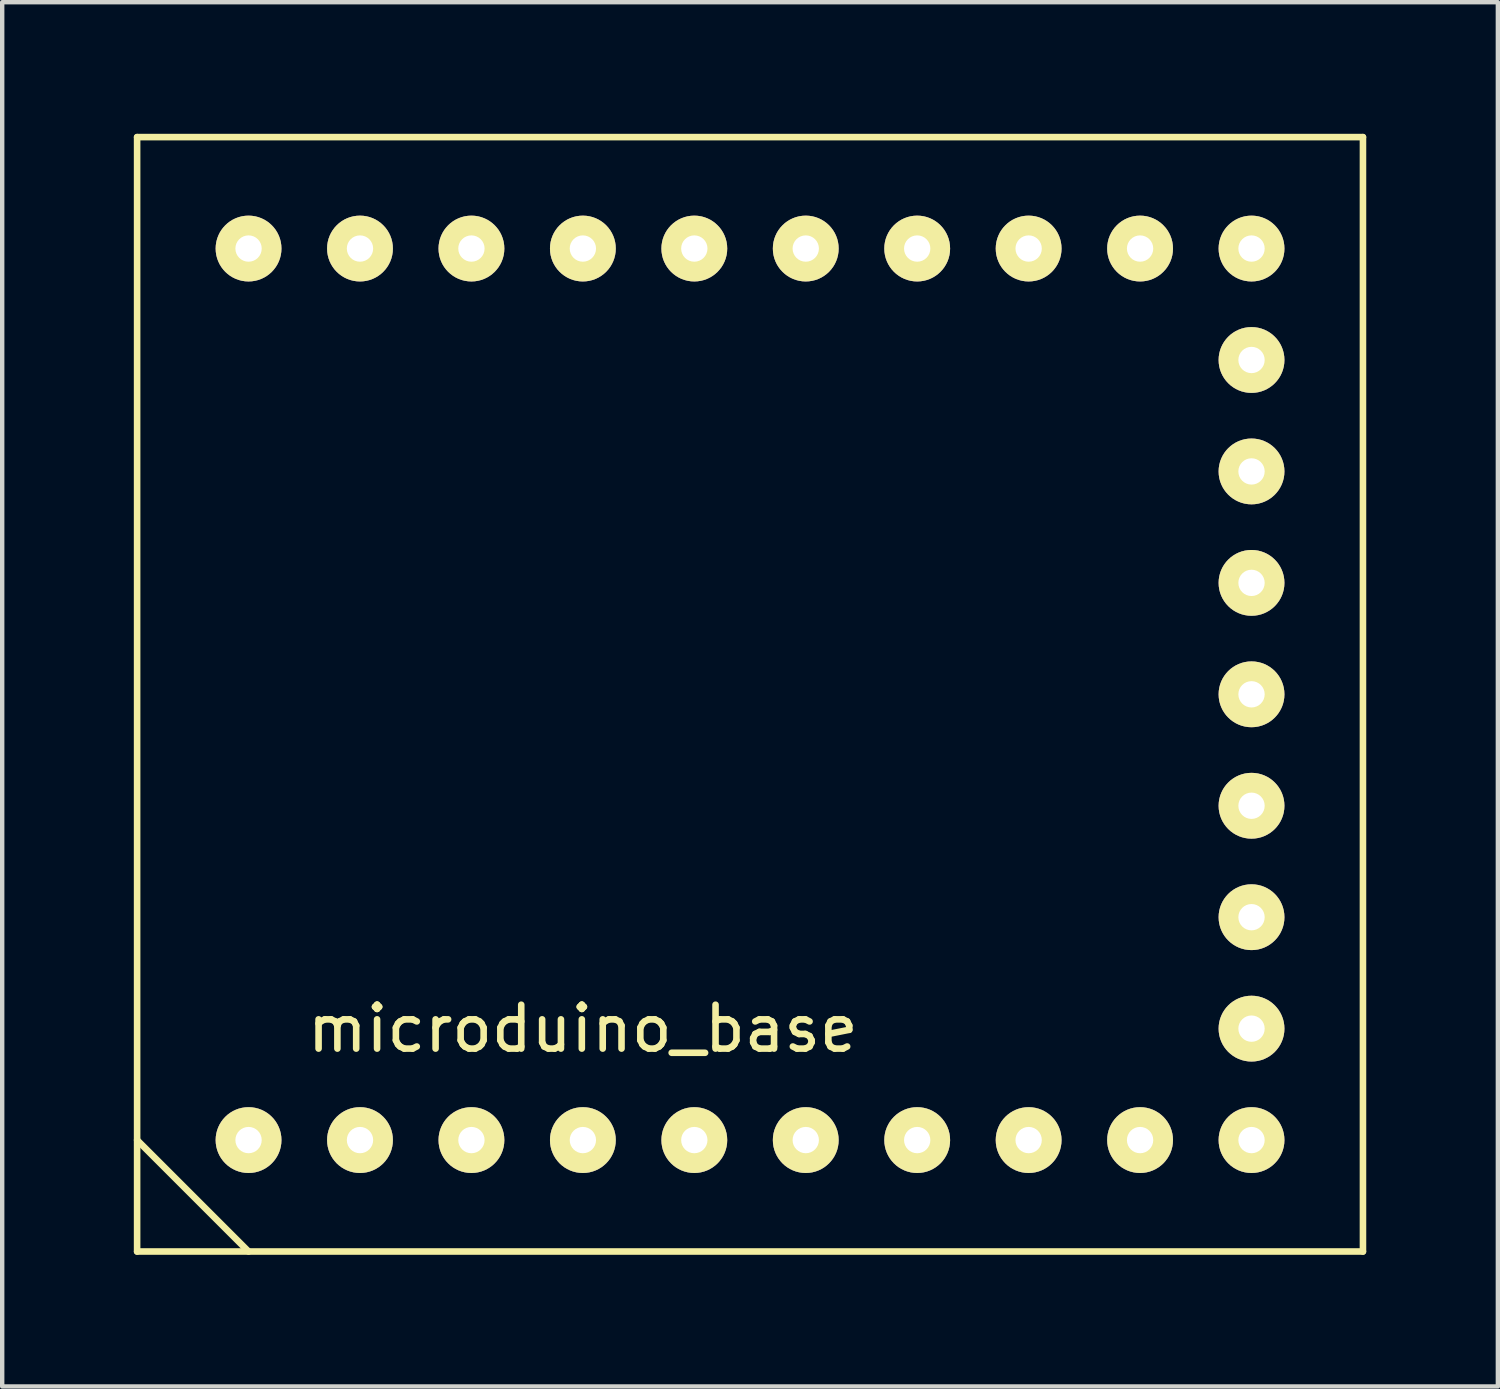
<source format=kicad_pcb>
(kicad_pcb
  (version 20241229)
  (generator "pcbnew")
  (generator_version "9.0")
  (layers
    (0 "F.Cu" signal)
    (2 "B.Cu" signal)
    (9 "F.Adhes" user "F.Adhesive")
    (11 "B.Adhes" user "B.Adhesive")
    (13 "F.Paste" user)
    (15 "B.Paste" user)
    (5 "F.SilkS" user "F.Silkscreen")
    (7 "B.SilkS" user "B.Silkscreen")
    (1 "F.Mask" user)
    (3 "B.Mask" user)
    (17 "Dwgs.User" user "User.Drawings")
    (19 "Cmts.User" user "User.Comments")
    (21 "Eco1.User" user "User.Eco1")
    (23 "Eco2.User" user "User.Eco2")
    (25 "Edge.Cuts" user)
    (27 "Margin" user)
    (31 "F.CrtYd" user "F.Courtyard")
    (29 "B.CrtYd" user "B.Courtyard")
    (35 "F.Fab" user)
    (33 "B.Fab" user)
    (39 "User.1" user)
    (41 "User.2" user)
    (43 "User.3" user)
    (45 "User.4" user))
  (footprint "microduino_base"
    (layer "F.Cu")
    (at 25.475 12.775)
    (property "Reference" "microduino_base" (at -15.24 7.62 0) (layer "F.SilkS") (effects (font (size 1 1) (thickness 0.15))))
    (attr through_hole)
    (fp_line (start -25.4 -12.7) (end -25.4 12.7) (stroke (width 0.15) (type solid)) (layer "F.SilkS"))
    (fp_line (start -25.4 12.7) (end 2.54 12.7) (stroke (width 0.15) (type solid)) (layer "F.SilkS"))
    (fp_line (start -22.86 12.7) (end -25.4 10.16) (stroke (width 0.15) (type solid)) (layer "F.SilkS"))
    (fp_line (start 2.54 -12.7) (end -25.4 -12.7) (stroke (width 0.15) (type solid)) (layer "F.SilkS"))
    (fp_line (start 2.54 12.7) (end 2.54 -12.7) (stroke (width 0.15) (type solid)) (layer "F.SilkS"))
    (pad "1" thru_hole circle (at -22.86 10.16) (size 1.5 1.5) (drill 0.6) (layers "*.Cu" "*.Mask" "F.SilkS"))
    (pad "2" thru_hole circle (at -20.32 10.16) (size 1.5 1.5) (drill 0.6) (layers "*.Cu" "*.Mask" "F.SilkS"))
    (pad "3" thru_hole circle (at -17.78 10.16) (size 1.5 1.5) (drill 0.6) (layers "*.Cu" "*.Mask" "F.SilkS"))
    (pad "4" thru_hole circle (at -15.24 10.16) (size 1.5 1.5) (drill 0.6) (layers "*.Cu" "*.Mask" "F.SilkS"))
    (pad "5" thru_hole circle (at -12.7 10.16) (size 1.5 1.5) (drill 0.6) (layers "*.Cu" "*.Mask" "F.SilkS"))
    (pad "6" thru_hole circle (at -10.16 10.16) (size 1.5 1.5) (drill 0.6) (layers "*.Cu" "*.Mask" "F.SilkS"))
    (pad "7" thru_hole circle (at -7.62 10.16) (size 1.5 1.5) (drill 0.6) (layers "*.Cu" "*.Mask" "F.SilkS"))
    (pad "8" thru_hole circle (at -5.08 10.16) (size 1.5 1.5) (drill 0.6) (layers "*.Cu" "*.Mask" "F.SilkS"))
    (pad "9" thru_hole circle (at -2.54 10.16) (size 1.5 1.5) (drill 0.6) (layers "*.Cu" "*.Mask" "F.SilkS"))
    (pad "10" thru_hole circle (at 0 10.16) (size 1.5 1.5) (drill 0.6) (layers "*.Cu" "*.Mask" "F.SilkS"))
    (pad "11" thru_hole circle (at 0 7.62) (size 1.5 1.5) (drill 0.6) (layers "*.Cu" "*.Mask" "F.SilkS"))
    (pad "12" thru_hole circle (at 0 5.08) (size 1.5 1.5) (drill 0.6) (layers "*.Cu" "*.Mask" "F.SilkS"))
    (pad "13" thru_hole circle (at 0 2.54) (size 1.5 1.5) (drill 0.6) (layers "*.Cu" "*.Mask" "F.SilkS"))
    (pad "14" thru_hole circle (at 0 0) (size 1.5 1.5) (drill 0.6) (layers "*.Cu" "*.Mask" "F.SilkS"))
    (pad "15" thru_hole circle (at 0 -2.54) (size 1.5 1.5) (drill 0.6) (layers "*.Cu" "*.Mask" "F.SilkS"))
    (pad "16" thru_hole circle (at 0 -5.08) (size 1.5 1.5) (drill 0.6) (layers "*.Cu" "*.Mask" "F.SilkS"))
    (pad "17" thru_hole circle (at 0 -7.62) (size 1.5 1.5) (drill 0.6) (layers "*.Cu" "*.Mask" "F.SilkS"))
    (pad "18" thru_hole circle (at 0 -10.16) (size 1.5 1.5) (drill 0.6) (layers "*.Cu" "*.Mask" "F.SilkS"))
    (pad "19" thru_hole circle (at -2.54 -10.16) (size 1.5 1.5) (drill 0.6) (layers "*.Cu" "*.Mask" "F.SilkS"))
    (pad "20" thru_hole circle (at -5.08 -10.16) (size 1.5 1.5) (drill 0.6) (layers "*.Cu" "*.Mask" "F.SilkS"))
    (pad "21" thru_hole circle (at -7.62 -10.16) (size 1.5 1.5) (drill 0.6) (layers "*.Cu" "*.Mask" "F.SilkS"))
    (pad "22" thru_hole circle (at -10.16 -10.16) (size 1.5 1.5) (drill 0.6) (layers "*.Cu" "*.Mask" "F.SilkS"))
    (pad "23" thru_hole circle (at -12.7 -10.16) (size 1.5 1.5) (drill 0.6) (layers "*.Cu" "*.Mask" "F.SilkS"))
    (pad "24" thru_hole circle (at -15.24 -10.16) (size 1.5 1.5) (drill 0.6) (layers "*.Cu" "*.Mask" "F.SilkS"))
    (pad "25" thru_hole circle (at -17.78 -10.16) (size 1.5 1.5) (drill 0.6) (layers "*.Cu" "*.Mask" "F.SilkS"))
    (pad "26" thru_hole circle (at -20.32 -10.16) (size 1.5 1.5) (drill 0.6) (layers "*.Cu" "*.Mask" "F.SilkS"))
    (pad "27" thru_hole circle (at -22.86 -10.16) (size 1.5 1.5) (drill 0.6) (layers "*.Cu" "*.Mask" "F.SilkS")))
  (gr_rect
    (start -3 -3)
    (end 31.09 28.55)
    (stroke (width 0.1) (type default))
    (fill no)
    (layer "Edge.Cuts")))
</source>
